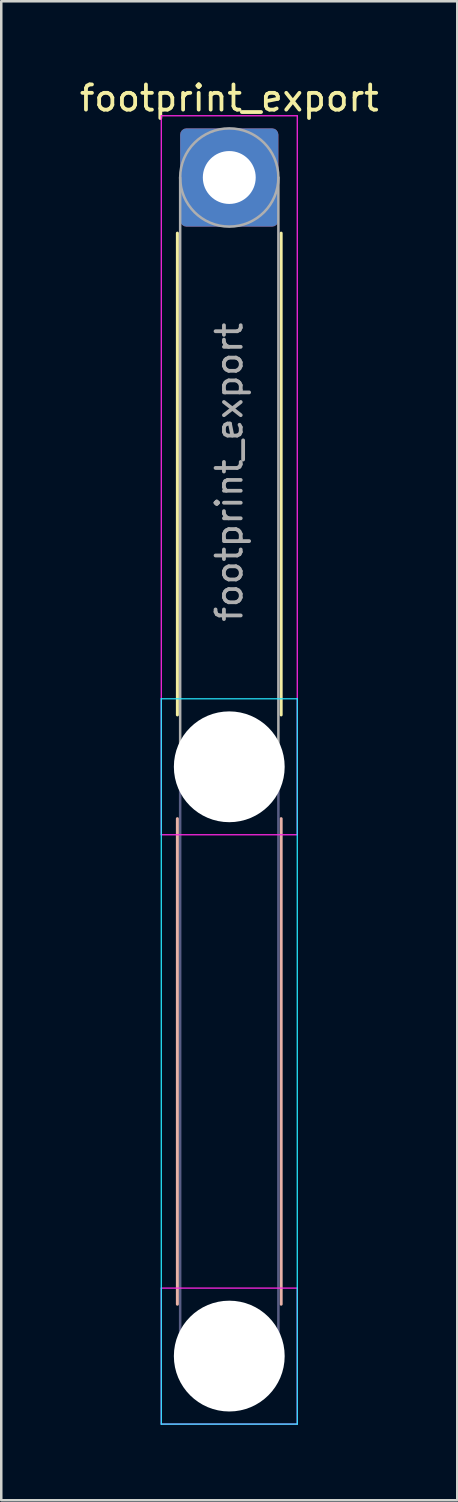
<source format=kicad_pcb>
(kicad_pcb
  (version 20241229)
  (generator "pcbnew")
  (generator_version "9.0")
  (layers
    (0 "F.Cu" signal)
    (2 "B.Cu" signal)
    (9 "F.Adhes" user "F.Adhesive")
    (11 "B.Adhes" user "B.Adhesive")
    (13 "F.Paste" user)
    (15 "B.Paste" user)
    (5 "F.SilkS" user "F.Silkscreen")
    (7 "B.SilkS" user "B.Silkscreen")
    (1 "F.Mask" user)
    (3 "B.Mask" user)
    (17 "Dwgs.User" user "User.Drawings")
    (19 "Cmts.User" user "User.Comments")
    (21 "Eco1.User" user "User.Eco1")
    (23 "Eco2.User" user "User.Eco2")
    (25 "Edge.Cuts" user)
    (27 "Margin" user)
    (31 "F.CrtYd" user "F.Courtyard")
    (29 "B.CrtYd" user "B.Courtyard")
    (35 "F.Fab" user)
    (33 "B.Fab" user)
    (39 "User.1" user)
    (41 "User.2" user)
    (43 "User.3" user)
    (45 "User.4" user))
  (footprint "footprint_export"
    (layer "F.Cu")
    (at 6.054 3.998)
    (property "Reference" "footprint_export" (at 0 -3.15 0) (layer "F.SilkS") (effects (font (size 1 1) (thickness 0.15))))
    (attr exclude_from_pos_files exclude_from_bom)
    (fp_line (start -2.06 2.21) (end -2.06 21.34) (stroke (width 0.12) (type solid)) (layer "F.SilkS"))
    (fp_line (start 2.06 2.21) (end 2.06 21.34) (stroke (width 0.12) (type solid)) (layer "F.SilkS"))
    (fp_line (start -2.06 25.46) (end -2.06 44.74) (stroke (width 0.12) (type solid)) (layer "B.SilkS"))
    (fp_line (start 2.06 25.46) (end 2.06 44.74) (stroke (width 0.12) (type solid)) (layer "B.SilkS"))
    (fp_line (start -2.7 20.7) (end -2.7 49.5) (stroke (width 0.05) (type solid)) (layer "B.CrtYd"))
    (fp_line (start -2.7 49.5) (end 2.7 49.5) (stroke (width 0.05) (type solid)) (layer "B.CrtYd"))
    (fp_line (start 2.7 20.7) (end -2.7 20.7) (stroke (width 0.05) (type solid)) (layer "B.CrtYd"))
    (fp_line (start 2.7 49.5) (end 2.7 20.7) (stroke (width 0.05) (type solid)) (layer "B.CrtYd"))
    (fp_line (start -2.7 -2.45) (end -2.7 26.1) (stroke (width 0.05) (type solid)) (layer "F.CrtYd"))
    (fp_line (start -2.7 26.1) (end 2.7 26.1) (stroke (width 0.05) (type solid)) (layer "F.CrtYd"))
    (fp_line (start -2.7 44.1) (end -2.7 49.5) (stroke (width 0.05) (type solid)) (layer "F.CrtYd"))
    (fp_line (start -2.7 49.5) (end 2.7 49.5) (stroke (width 0.05) (type solid)) (layer "F.CrtYd"))
    (fp_line (start 2.7 -2.45) (end -2.7 -2.45) (stroke (width 0.05) (type solid)) (layer "F.CrtYd"))
    (fp_line (start 2.7 26.1) (end 2.7 -2.45) (stroke (width 0.05) (type solid)) (layer "F.CrtYd"))
    (fp_line (start 2.7 44.1) (end -2.7 44.1) (stroke (width 0.05) (type solid)) (layer "F.CrtYd"))
    (fp_line (start 2.7 49.5) (end 2.7 44.1) (stroke (width 0.05) (type solid)) (layer "F.CrtYd"))
    (fp_line (start -1.95 23.4) (end -1.95 46.8) (stroke (width 0.1) (type solid)) (layer "B.Fab"))
    (fp_line (start 1.95 23.4) (end 1.95 46.8) (stroke (width 0.1) (type solid)) (layer "B.Fab"))
    (fp_circle (center 0 23.4) (end 1.95 23.4) (stroke (width 0.1) (type solid)) (fill no) (layer "B.Fab"))
    (fp_circle (center 0 46.8) (end 1.95 46.8) (stroke (width 0.1) (type solid)) (fill no) (layer "B.Fab"))
    (fp_line (start -1.95 0) (end -1.95 23.4) (stroke (width 0.1) (type solid)) (layer "F.Fab"))
    (fp_line (start 1.95 0) (end 1.95 23.4) (stroke (width 0.1) (type solid)) (layer "F.Fab"))
    (fp_circle (center 0 0) (end 1.95 0) (stroke (width 0.1) (type solid)) (fill no) (layer "F.Fab"))
    (fp_circle (center 0 23.4) (end 1.95 23.4) (stroke (width 0.1) (type solid)) (fill no) (layer "F.Fab"))
    (fp_circle (center 0 46.8) (end 1.95 46.8) (stroke (width 0.1) (type solid)) (fill no) (layer "F.Fab"))
    (fp_text user "${REFERENCE}" (at 0 11.7 90) (layer "F.Fab") (effects (font (size 1 1) (thickness 0.15))))
    (pad "" np_thru_hole circle (at 0 23.4) (size 4.4 4.4) (drill 4.4) (layers "*.Cu" "*.Mask"))
    (pad "" np_thru_hole circle (at 0 46.8) (size 4.4 4.4) (drill 4.4) (layers "*.Cu" "*.Mask"))
    (pad "1" thru_hole roundrect (at 0 0) (size 3.9 3.9) (drill 2.1) (layers "*.Cu" "*.Mask") (roundrect_rratio 0.064)))
  (gr_rect
    (start -3 -3)
    (end 15.107 56.523)
    (stroke (width 0.1) (type default))
    (fill no)
    (layer "Edge.Cuts")))
</source>
